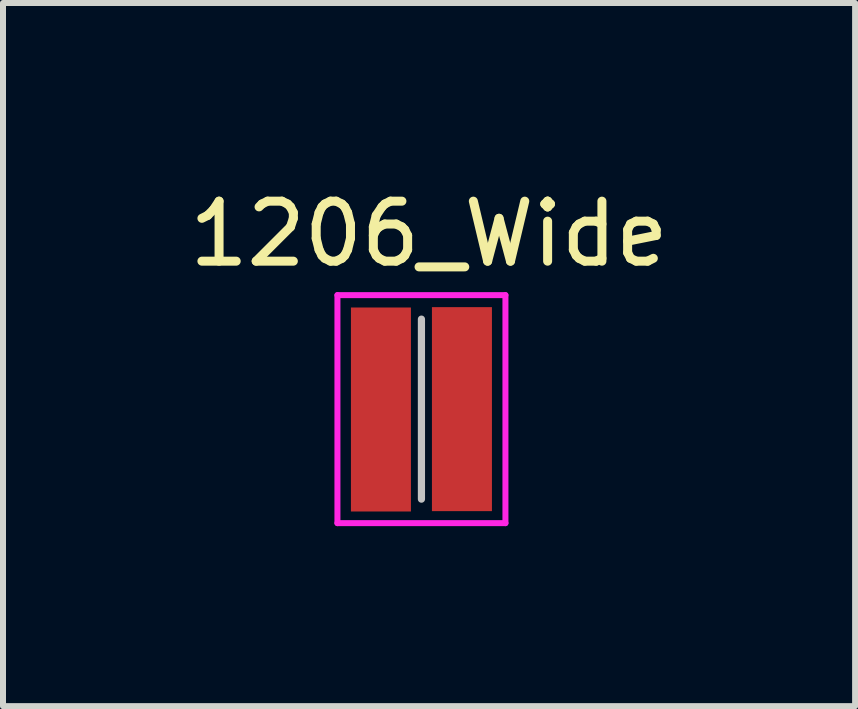
<source format=kicad_pcb>
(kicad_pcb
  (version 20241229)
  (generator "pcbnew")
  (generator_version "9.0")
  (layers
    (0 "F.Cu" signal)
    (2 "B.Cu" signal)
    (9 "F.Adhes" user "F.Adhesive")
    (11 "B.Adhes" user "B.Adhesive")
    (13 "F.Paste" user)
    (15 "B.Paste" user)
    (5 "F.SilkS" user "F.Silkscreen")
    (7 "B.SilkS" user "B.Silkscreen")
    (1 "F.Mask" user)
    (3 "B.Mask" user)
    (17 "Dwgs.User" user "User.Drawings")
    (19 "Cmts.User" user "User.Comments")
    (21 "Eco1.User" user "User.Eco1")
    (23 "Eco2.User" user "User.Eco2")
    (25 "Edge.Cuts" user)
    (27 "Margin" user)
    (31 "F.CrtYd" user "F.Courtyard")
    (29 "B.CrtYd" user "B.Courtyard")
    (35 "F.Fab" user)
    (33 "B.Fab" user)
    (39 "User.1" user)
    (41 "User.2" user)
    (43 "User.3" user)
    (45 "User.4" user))
  (footprint "1206_Wide"
    (layer "F.Cu")
    (at 3.974 3.769)
    (property "Reference" "1206_Wide" (at 0.127 -2.921 0) (layer "F.SilkS") (effects (font (size 1 1) (thickness 0.15))))
    (attr through_hole)
    (fp_line (start 0 -1.5) (end 0 1.5) (stroke (width 0.12) (type solid)) (layer "Dwgs.User"))
    (fp_line (start -1.4 -1.9) (end 1.4 -1.9) (stroke (width 0.1) (type solid)) (layer "F.CrtYd"))
    (fp_line (start -1.4 1.9) (end -1.4 -1.9) (stroke (width 0.1) (type solid)) (layer "F.CrtYd"))
    (fp_line (start 1.4 -1.9) (end 1.4 1.9) (stroke (width 0.1) (type solid)) (layer "F.CrtYd"))
    (fp_line (start 1.4 1.9) (end -1.4 1.9) (stroke (width 0.1) (type solid)) (layer "F.CrtYd"))
    (pad "1" smd trapezoid (at -0.675 0.006) (size 1 3.4) (layers "F.Cu" "F.Mask" "F.Paste"))
    (pad "2" smd trapezoid (at 0.675 0) (size 1 3.4) (layers "F.Cu" "F.Mask" "F.Paste")))
  (gr_rect
    (start -3 -3)
    (end 11.202 8.719)
    (stroke (width 0.1) (type default))
    (fill no)
    (layer "Edge.Cuts")))
</source>
